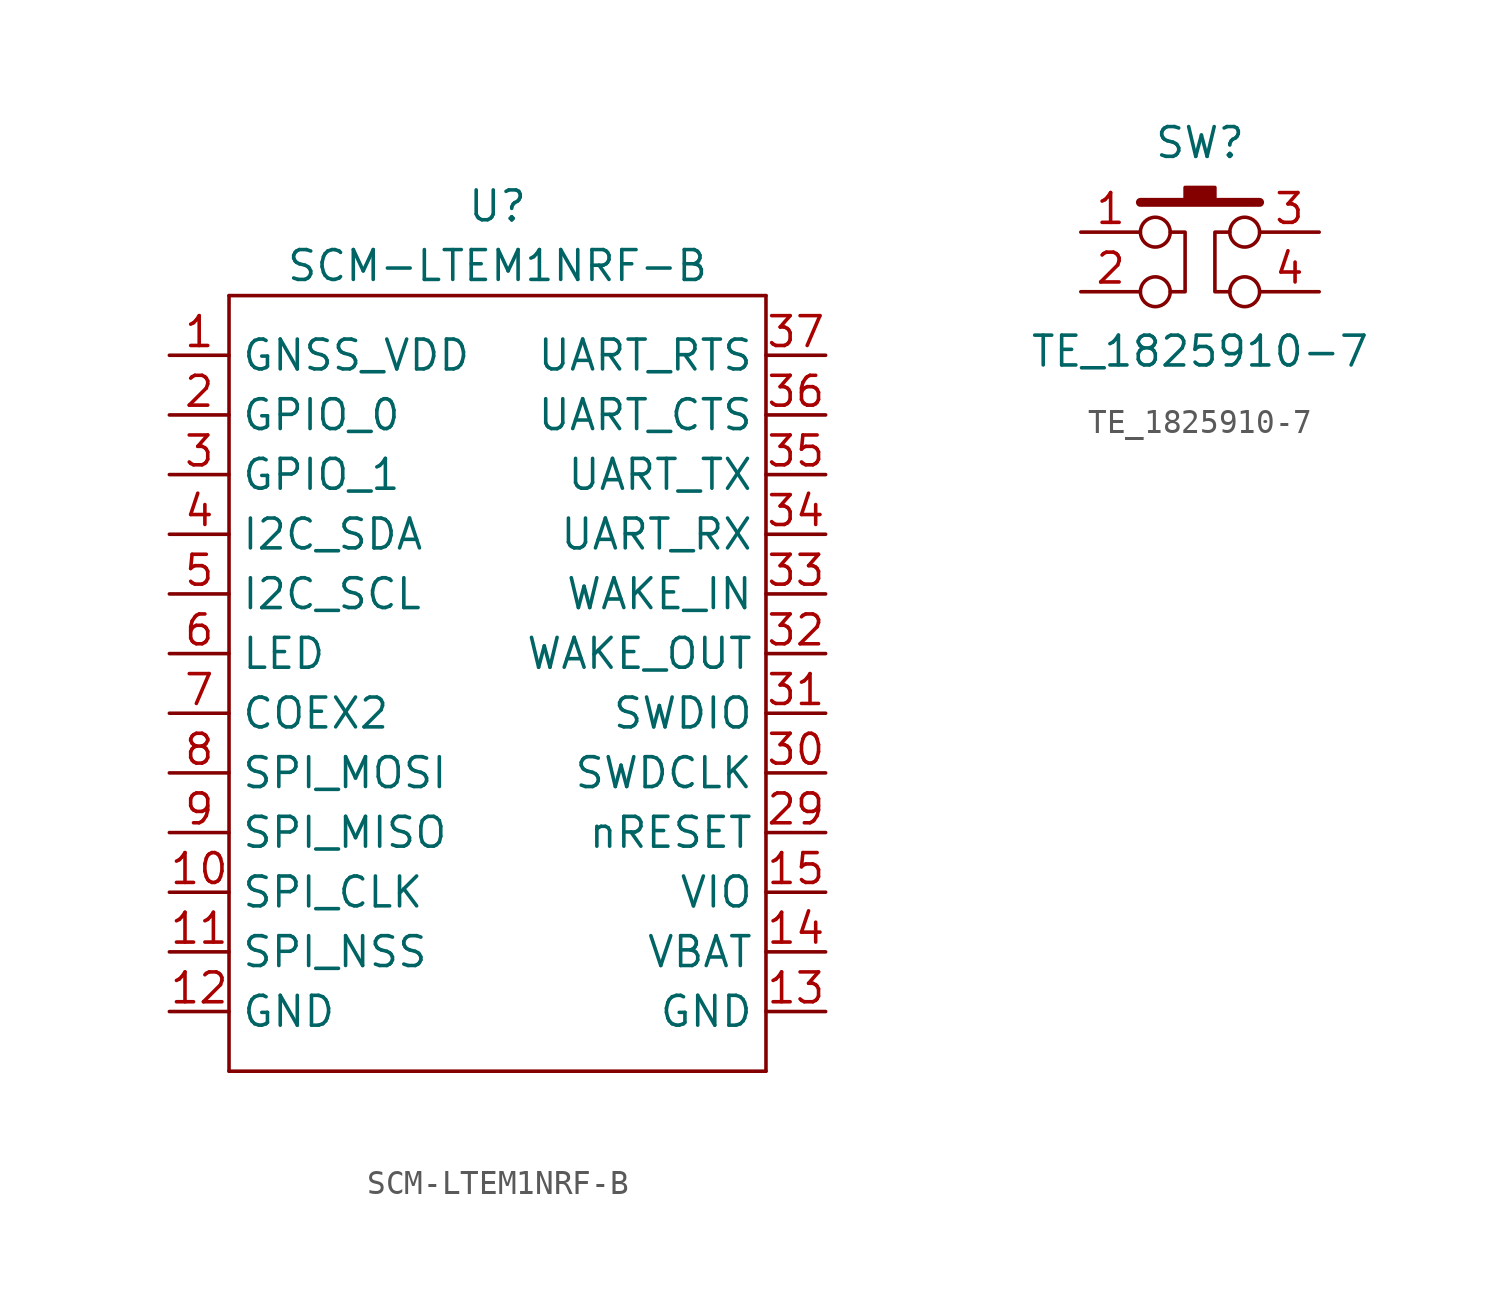
<source format=kicad_sym>
(kicad_symbol_lib
  (version 20211014)
  (generator kicad_symbol_editor)
  (symbol "SCM-LTEM1NRF-B"
    (property "Reference" "U"
      (at 11.43 6.35 0)
      (effects (font (size 1.27 1.27))))
    (property "Value" "SCM-LTEM1NRF-B"
      (at 11.43 3.81 0)
      (effects (font (size 1.27 1.27))))
    (symbol "SCM-LTEM1NRF-B_0_0"
      (polyline (pts (xy 0 -30.48) (xy 0 2.54)) (stroke (width 0.152) (type default) (color 0 0 0 0)) (fill (type none)))
      (polyline (pts (xy 0 -30.48) (xy 22.86 -30.48)) (stroke (width 0.152) (type default) (color 0 0 0 0)) (fill (type none)))
      (polyline (pts (xy 0 2.54) (xy 22.86 2.54)) (stroke (width 0.152) (type default) (color 0 0 0 0)) (fill (type none)))
      (polyline (pts (xy 22.86 2.54) (xy 22.86 -30.48)) (stroke (width 0.152) (type default) (color 0 0 0 0)) (fill (type none))))
    (symbol "SCM-LTEM1NRF-B_1_1"
      (pin passive line (at -2.54 0 0) (length 2.54) (name "GNSS_VDD" (effects (font (size 1.27 1.27)))) (number "1" (effects (font (size 1.27 1.27)))))
      (pin passive line (at -2.54 -22.86 0) (length 2.54) (name "SPI_CLK" (effects (font (size 1.27 1.27)))) (number "10" (effects (font (size 1.27 1.27)))))
      (pin passive line (at -2.54 -25.4 0) (length 2.54) (name "SPI_NSS" (effects (font (size 1.27 1.27)))) (number "11" (effects (font (size 1.27 1.27)))))
      (pin power_in line (at -2.54 -27.94 0) (length 2.54) (name "GND" (effects (font (size 1.27 1.27)))) (number "12" (effects (font (size 1.27 1.27)))))
      (pin power_in line (at 25.4 -27.94 180) (length 2.54) (name "GND" (effects (font (size 1.27 1.27)))) (number "13" (effects (font (size 1.27 1.27)))))
      (pin power_in line (at 25.4 -25.4 180) (length 2.54) (name "VBAT" (effects (font (size 1.27 1.27)))) (number "14" (effects (font (size 1.27 1.27)))))
      (pin power_in line (at 25.4 -22.86 180) (length 2.54) (name "VIO" (effects (font (size 1.27 1.27)))) (number "15" (effects (font (size 1.27 1.27)))))
      (pin passive line (at -2.54 -2.54 0) (length 2.54) (name "GPIO_0" (effects (font (size 1.27 1.27)))) (number "2" (effects (font (size 1.27 1.27)))))
      (pin passive line (at 25.4 -20.32 180) (length 2.54) (name "nRESET" (effects (font (size 1.27 1.27)))) (number "29" (effects (font (size 1.27 1.27)))))
      (pin passive line (at -2.54 -5.08 0) (length 2.54) (name "GPIO_1" (effects (font (size 1.27 1.27)))) (number "3" (effects (font (size 1.27 1.27)))))
      (pin passive line (at 25.4 -17.78 180) (length 2.54) (name "SWDCLK" (effects (font (size 1.27 1.27)))) (number "30" (effects (font (size 1.27 1.27)))))
      (pin passive line (at 25.4 -15.24 180) (length 2.54) (name "SWDIO" (effects (font (size 1.27 1.27)))) (number "31" (effects (font (size 1.27 1.27)))))
      (pin passive line (at 25.4 -12.7 180) (length 2.54) (name "WAKE_OUT" (effects (font (size 1.27 1.27)))) (number "32" (effects (font (size 1.27 1.27)))))
      (pin passive line (at 25.4 -10.16 180) (length 2.54) (name "WAKE_IN" (effects (font (size 1.27 1.27)))) (number "33" (effects (font (size 1.27 1.27)))))
      (pin passive line (at 25.4 -7.62 180) (length 2.54) (name "UART_RX" (effects (font (size 1.27 1.27)))) (number "34" (effects (font (size 1.27 1.27)))))
      (pin passive line (at 25.4 -5.08 180) (length 2.54) (name "UART_TX" (effects (font (size 1.27 1.27)))) (number "35" (effects (font (size 1.27 1.27)))))
      (pin passive line (at 25.4 -2.54 180) (length 2.54) (name "UART_CTS" (effects (font (size 1.27 1.27)))) (number "36" (effects (font (size 1.27 1.27)))))
      (pin passive line (at 25.4 0 180) (length 2.54) (name "UART_RTS" (effects (font (size 1.27 1.27)))) (number "37" (effects (font (size 1.27 1.27)))))
      (pin passive line (at -2.54 -7.62 0) (length 2.54) (name "I2C_SDA" (effects (font (size 1.27 1.27)))) (number "4" (effects (font (size 1.27 1.27)))))
      (pin passive line (at -2.54 -10.16 0) (length 2.54) (name "I2C_SCL" (effects (font (size 1.27 1.27)))) (number "5" (effects (font (size 1.27 1.27)))))
      (pin passive line (at -2.54 -12.7 0) (length 2.54) (name "LED" (effects (font (size 1.27 1.27)))) (number "6" (effects (font (size 1.27 1.27)))))
      (pin passive line (at -2.54 -15.24 0) (length 2.54) (name "COEX2" (effects (font (size 1.27 1.27)))) (number "7" (effects (font (size 1.27 1.27)))))
      (pin passive line (at -2.54 -17.78 0) (length 2.54) (name "SPI_MOSI" (effects (font (size 1.27 1.27)))) (number "8" (effects (font (size 1.27 1.27)))))
      (pin passive line (at -2.54 -20.32 0) (length 2.54) (name "SPI_MISO" (effects (font (size 1.27 1.27)))) (number "9" (effects (font (size 1.27 1.27)))))))
  (symbol "TE_1825910-7"
    (property "Reference" "SW"
      (at 5.08 3.81 0)
      (effects (font (size 1.27 1.27))))
    (property "Value" "TE_1825910-7"
      (at 5.08 -5.08 0)
      (effects (font (size 1.27 1.27))))
    (symbol "TE_1825910-7_0_1"
      (polyline (pts (xy 3.81 0) (xy 4.445 0) (xy 4.445 -2.54) (xy 3.81 -2.54)) (stroke (width 0) (type default) (color 0 0 0 0)) (fill (type none)))
      (polyline (pts (xy 6.35 -2.54) (xy 5.715 -2.54) (xy 5.715 0) (xy 6.35 0)) (stroke (width 0) (type default) (color 0 0 0 0)) (fill (type none)))
      (circle (center 3.175 -2.54) (radius 0.635) (stroke (width 0) (type default) (color 0 0 0 0)) (fill (type none)))
      (circle (center 3.175 0) (radius 0.635) (stroke (width 0) (type default) (color 0 0 0 0)) (fill (type none)))
      (rectangle (start 4.445 1.905) (end 5.715 1.27) (stroke (width 0) (type default) (color 0 0 0 0)) (fill (type outline)))
      (circle (center 6.985 -2.54) (radius 0.635) (stroke (width 0) (type default) (color 0 0 0 0)) (fill (type none)))
      (circle (center 6.985 0) (radius 0.635) (stroke (width 0) (type default) (color 0 0 0 0)) (fill (type none)))
      (pin passive line (at 0 0 0) (length 2.54) (name "" (effects (font (size 1.27 1.27)))) (number "1" (effects (font (size 1.27 1.27)))))
      (pin passive line (at 0 -2.54 0) (length 2.54) (name "" (effects (font (size 1.27 1.27)))) (number "2" (effects (font (size 1.27 1.27)))))
      (pin passive line (at 10.16 0 180) (length 2.54) (name "" (effects (font (size 1.27 1.27)))) (number "3" (effects (font (size 1.27 1.27)))))
      (pin passive line (at 10.16 -2.54 180) (length 2.54) (name "" (effects (font (size 1.27 1.27)))) (number "4" (effects (font (size 1.27 1.27))))))
    (symbol "TE_1825910-7_1_0"
      (polyline (pts (xy 7.62 1.27) (xy 2.54 1.27)) (stroke (width 0.381) (type default) (color 0 0 0 0)) (fill (type none))))))
</source>
